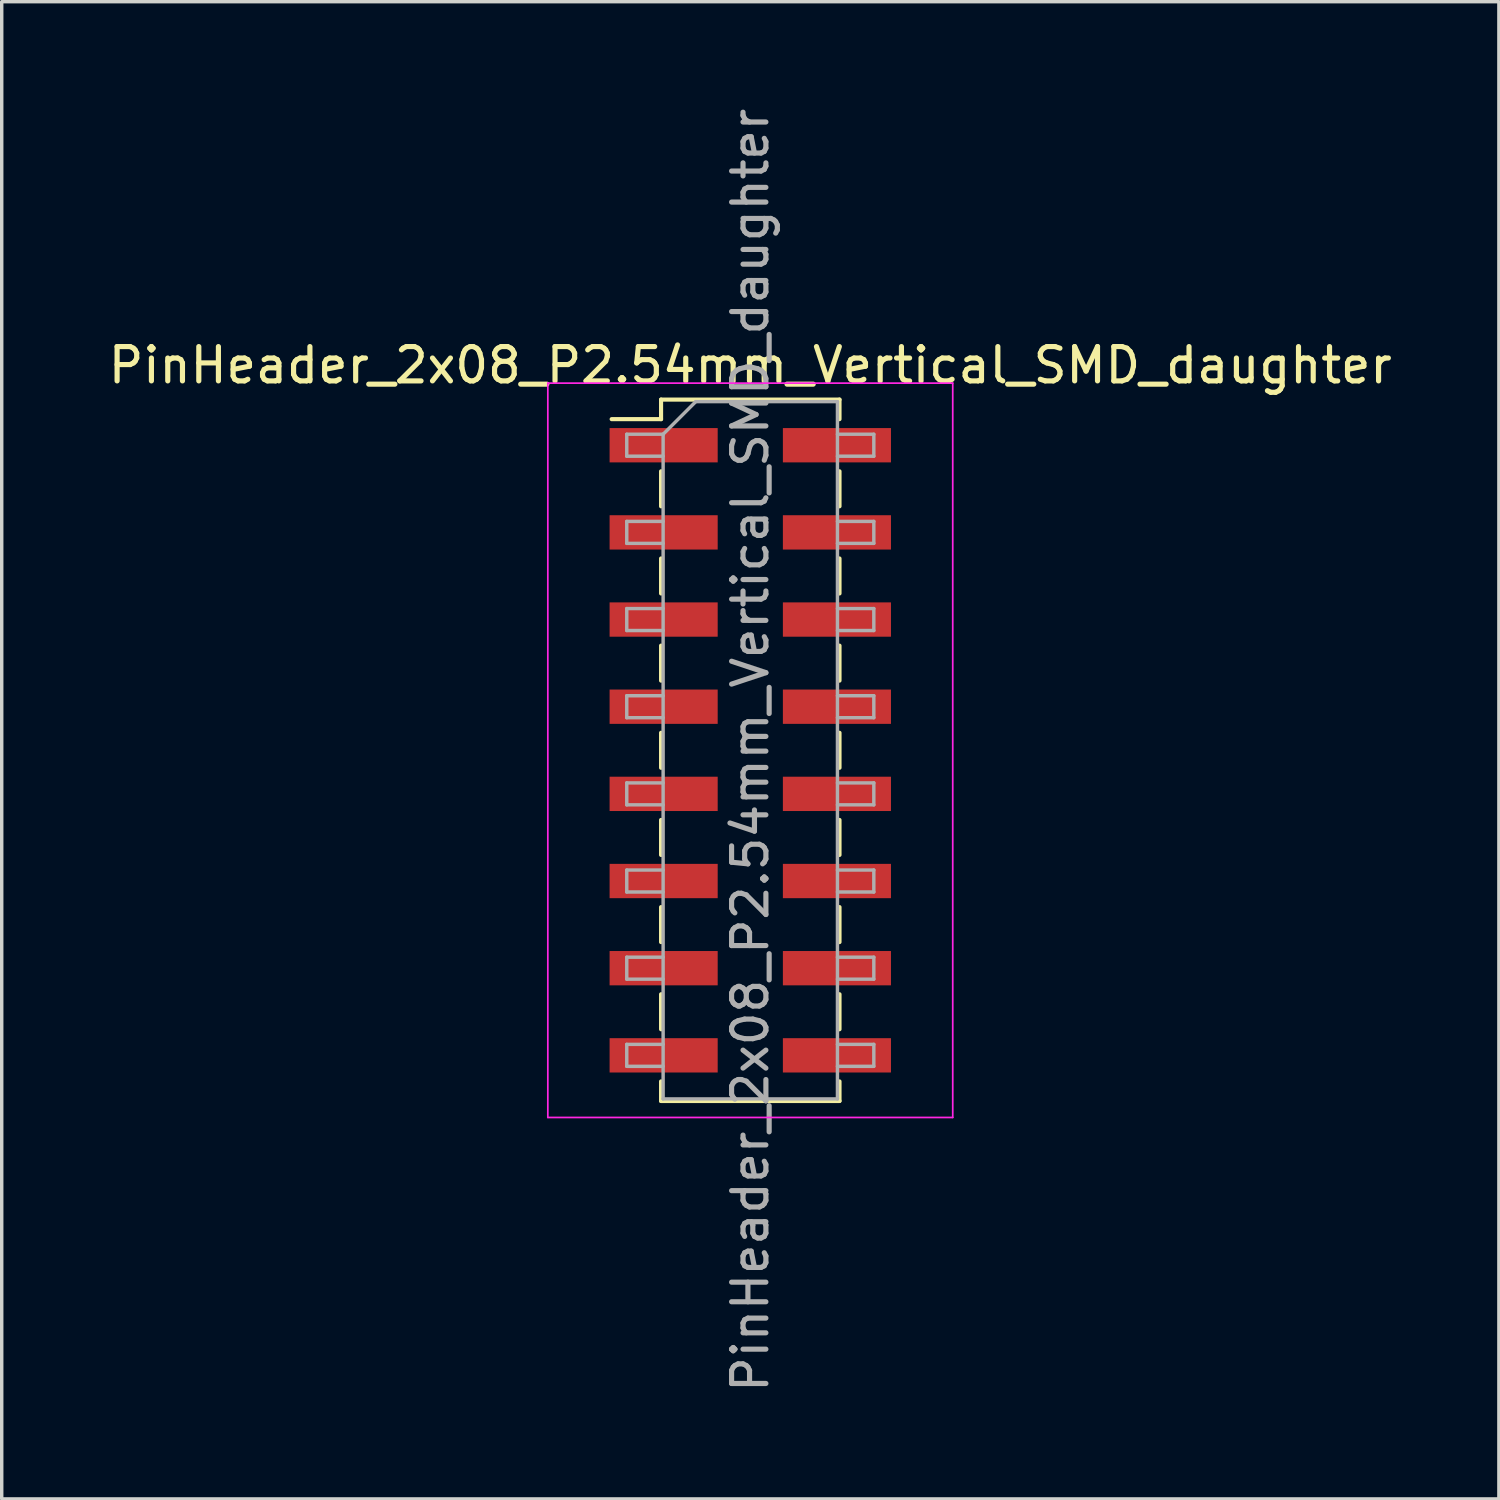
<source format=kicad_pcb>
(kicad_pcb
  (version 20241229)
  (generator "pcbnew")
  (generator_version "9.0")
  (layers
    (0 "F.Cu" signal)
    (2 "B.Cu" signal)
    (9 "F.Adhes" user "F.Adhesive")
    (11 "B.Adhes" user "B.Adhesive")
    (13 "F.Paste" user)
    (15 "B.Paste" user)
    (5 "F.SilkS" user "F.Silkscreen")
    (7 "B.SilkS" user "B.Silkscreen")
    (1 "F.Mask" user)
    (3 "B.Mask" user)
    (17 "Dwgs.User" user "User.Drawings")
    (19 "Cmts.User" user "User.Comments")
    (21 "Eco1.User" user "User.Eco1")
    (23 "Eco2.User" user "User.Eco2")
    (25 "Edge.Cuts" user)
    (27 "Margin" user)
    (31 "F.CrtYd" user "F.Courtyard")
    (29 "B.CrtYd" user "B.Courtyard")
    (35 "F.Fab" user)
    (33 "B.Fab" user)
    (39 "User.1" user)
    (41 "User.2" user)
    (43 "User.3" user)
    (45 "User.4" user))
  (footprint "PinHeader_2x08_P2.54mm_Vertical_SMD_daughter"
    (layer "F.Cu")
    (at 18.815 18.815)
    (property "Reference" "PinHeader_2x08_P2.54mm_Vertical_SMD_daughter" (at 0 -11.22 0) (layer "F.SilkS") (effects (font (size 1 1) (thickness 0.15))))
    (attr smd)
    (fp_line (start -4.04 -9.65) (end -2.6 -9.65) (stroke (width 0.12) (type solid)) (layer "F.SilkS"))
    (fp_line (start -2.6 -10.22) (end -2.6 -9.65) (stroke (width 0.12) (type solid)) (layer "F.SilkS"))
    (fp_line (start -2.6 -10.22) (end 2.6 -10.22) (stroke (width 0.12) (type solid)) (layer "F.SilkS"))
    (fp_line (start -2.6 -8.13) (end -2.6 -7.11) (stroke (width 0.12) (type solid)) (layer "F.SilkS"))
    (fp_line (start -2.6 -5.59) (end -2.6 -4.57) (stroke (width 0.12) (type solid)) (layer "F.SilkS"))
    (fp_line (start -2.6 -3.05) (end -2.6 -2.03) (stroke (width 0.12) (type solid)) (layer "F.SilkS"))
    (fp_line (start -2.6 -0.51) (end -2.6 0.51) (stroke (width 0.12) (type solid)) (layer "F.SilkS"))
    (fp_line (start -2.6 2.03) (end -2.6 3.05) (stroke (width 0.12) (type solid)) (layer "F.SilkS"))
    (fp_line (start -2.6 4.57) (end -2.6 5.59) (stroke (width 0.12) (type solid)) (layer "F.SilkS"))
    (fp_line (start -2.6 7.11) (end -2.6 8.13) (stroke (width 0.12) (type solid)) (layer "F.SilkS"))
    (fp_line (start -2.6 9.65) (end -2.6 10.22) (stroke (width 0.12) (type solid)) (layer "F.SilkS"))
    (fp_line (start -2.6 10.22) (end 2.6 10.22) (stroke (width 0.12) (type solid)) (layer "F.SilkS"))
    (fp_line (start 2.6 -10.22) (end 2.6 -9.65) (stroke (width 0.12) (type solid)) (layer "F.SilkS"))
    (fp_line (start 2.6 -8.13) (end 2.6 -7.11) (stroke (width 0.12) (type solid)) (layer "F.SilkS"))
    (fp_line (start 2.6 -5.59) (end 2.6 -4.57) (stroke (width 0.12) (type solid)) (layer "F.SilkS"))
    (fp_line (start 2.6 -3.05) (end 2.6 -2.03) (stroke (width 0.12) (type solid)) (layer "F.SilkS"))
    (fp_line (start 2.6 -0.51) (end 2.6 0.51) (stroke (width 0.12) (type solid)) (layer "F.SilkS"))
    (fp_line (start 2.6 2.03) (end 2.6 3.05) (stroke (width 0.12) (type solid)) (layer "F.SilkS"))
    (fp_line (start 2.6 4.57) (end 2.6 5.59) (stroke (width 0.12) (type solid)) (layer "F.SilkS"))
    (fp_line (start 2.6 7.11) (end 2.6 8.13) (stroke (width 0.12) (type solid)) (layer "F.SilkS"))
    (fp_line (start 2.6 9.65) (end 2.6 10.22) (stroke (width 0.12) (type solid)) (layer "F.SilkS"))
    (fp_line (start -5.9 -10.7) (end -5.9 10.7) (stroke (width 0.05) (type solid)) (layer "F.CrtYd"))
    (fp_line (start -5.9 10.7) (end 5.9 10.7) (stroke (width 0.05) (type solid)) (layer "F.CrtYd"))
    (fp_line (start 5.9 -10.7) (end -5.9 -10.7) (stroke (width 0.05) (type solid)) (layer "F.CrtYd"))
    (fp_line (start 5.9 10.7) (end 5.9 -10.7) (stroke (width 0.05) (type solid)) (layer "F.CrtYd"))
    (fp_line (start -3.6 -9.21) (end -3.6 -8.57) (stroke (width 0.1) (type solid)) (layer "F.Fab"))
    (fp_line (start -3.6 -8.57) (end -2.54 -8.57) (stroke (width 0.1) (type solid)) (layer "F.Fab"))
    (fp_line (start -3.6 -6.67) (end -3.6 -6.03) (stroke (width 0.1) (type solid)) (layer "F.Fab"))
    (fp_line (start -3.6 -6.03) (end -2.54 -6.03) (stroke (width 0.1) (type solid)) (layer "F.Fab"))
    (fp_line (start -3.6 -4.13) (end -3.6 -3.49) (stroke (width 0.1) (type solid)) (layer "F.Fab"))
    (fp_line (start -3.6 -3.49) (end -2.54 -3.49) (stroke (width 0.1) (type solid)) (layer "F.Fab"))
    (fp_line (start -3.6 -1.59) (end -3.6 -0.95) (stroke (width 0.1) (type solid)) (layer "F.Fab"))
    (fp_line (start -3.6 -0.95) (end -2.54 -0.95) (stroke (width 0.1) (type solid)) (layer "F.Fab"))
    (fp_line (start -3.6 0.95) (end -3.6 1.59) (stroke (width 0.1) (type solid)) (layer "F.Fab"))
    (fp_line (start -3.6 1.59) (end -2.54 1.59) (stroke (width 0.1) (type solid)) (layer "F.Fab"))
    (fp_line (start -3.6 3.49) (end -3.6 4.13) (stroke (width 0.1) (type solid)) (layer "F.Fab"))
    (fp_line (start -3.6 4.13) (end -2.54 4.13) (stroke (width 0.1) (type solid)) (layer "F.Fab"))
    (fp_line (start -3.6 6.03) (end -3.6 6.67) (stroke (width 0.1) (type solid)) (layer "F.Fab"))
    (fp_line (start -3.6 6.67) (end -2.54 6.67) (stroke (width 0.1) (type solid)) (layer "F.Fab"))
    (fp_line (start -3.6 8.57) (end -3.6 9.21) (stroke (width 0.1) (type solid)) (layer "F.Fab"))
    (fp_line (start -3.6 9.21) (end -2.54 9.21) (stroke (width 0.1) (type solid)) (layer "F.Fab"))
    (fp_line (start -2.54 -9.21) (end -3.6 -9.21) (stroke (width 0.1) (type solid)) (layer "F.Fab"))
    (fp_line (start -2.54 -9.21) (end -1.59 -10.16) (stroke (width 0.1) (type solid)) (layer "F.Fab"))
    (fp_line (start -2.54 -6.67) (end -3.6 -6.67) (stroke (width 0.1) (type solid)) (layer "F.Fab"))
    (fp_line (start -2.54 -4.13) (end -3.6 -4.13) (stroke (width 0.1) (type solid)) (layer "F.Fab"))
    (fp_line (start -2.54 -1.59) (end -3.6 -1.59) (stroke (width 0.1) (type solid)) (layer "F.Fab"))
    (fp_line (start -2.54 0.95) (end -3.6 0.95) (stroke (width 0.1) (type solid)) (layer "F.Fab"))
    (fp_line (start -2.54 3.49) (end -3.6 3.49) (stroke (width 0.1) (type solid)) (layer "F.Fab"))
    (fp_line (start -2.54 6.03) (end -3.6 6.03) (stroke (width 0.1) (type solid)) (layer "F.Fab"))
    (fp_line (start -2.54 8.57) (end -3.6 8.57) (stroke (width 0.1) (type solid)) (layer "F.Fab"))
    (fp_line (start -2.54 10.16) (end -2.54 -9.21) (stroke (width 0.1) (type solid)) (layer "F.Fab"))
    (fp_line (start -1.59 -10.16) (end 2.54 -10.16) (stroke (width 0.1) (type solid)) (layer "F.Fab"))
    (fp_line (start 2.54 -10.16) (end 2.54 10.16) (stroke (width 0.1) (type solid)) (layer "F.Fab"))
    (fp_line (start 2.54 -9.21) (end 3.6 -9.21) (stroke (width 0.1) (type solid)) (layer "F.Fab"))
    (fp_line (start 2.54 -6.67) (end 3.6 -6.67) (stroke (width 0.1) (type solid)) (layer "F.Fab"))
    (fp_line (start 2.54 -4.13) (end 3.6 -4.13) (stroke (width 0.1) (type solid)) (layer "F.Fab"))
    (fp_line (start 2.54 -1.59) (end 3.6 -1.59) (stroke (width 0.1) (type solid)) (layer "F.Fab"))
    (fp_line (start 2.54 0.95) (end 3.6 0.95) (stroke (width 0.1) (type solid)) (layer "F.Fab"))
    (fp_line (start 2.54 3.49) (end 3.6 3.49) (stroke (width 0.1) (type solid)) (layer "F.Fab"))
    (fp_line (start 2.54 6.03) (end 3.6 6.03) (stroke (width 0.1) (type solid)) (layer "F.Fab"))
    (fp_line (start 2.54 8.57) (end 3.6 8.57) (stroke (width 0.1) (type solid)) (layer "F.Fab"))
    (fp_line (start 2.54 10.16) (end -2.54 10.16) (stroke (width 0.1) (type solid)) (layer "F.Fab"))
    (fp_line (start 3.6 -9.21) (end 3.6 -8.57) (stroke (width 0.1) (type solid)) (layer "F.Fab"))
    (fp_line (start 3.6 -8.57) (end 2.54 -8.57) (stroke (width 0.1) (type solid)) (layer "F.Fab"))
    (fp_line (start 3.6 -6.67) (end 3.6 -6.03) (stroke (width 0.1) (type solid)) (layer "F.Fab"))
    (fp_line (start 3.6 -6.03) (end 2.54 -6.03) (stroke (width 0.1) (type solid)) (layer "F.Fab"))
    (fp_line (start 3.6 -4.13) (end 3.6 -3.49) (stroke (width 0.1) (type solid)) (layer "F.Fab"))
    (fp_line (start 3.6 -3.49) (end 2.54 -3.49) (stroke (width 0.1) (type solid)) (layer "F.Fab"))
    (fp_line (start 3.6 -1.59) (end 3.6 -0.95) (stroke (width 0.1) (type solid)) (layer "F.Fab"))
    (fp_line (start 3.6 -0.95) (end 2.54 -0.95) (stroke (width 0.1) (type solid)) (layer "F.Fab"))
    (fp_line (start 3.6 0.95) (end 3.6 1.59) (stroke (width 0.1) (type solid)) (layer "F.Fab"))
    (fp_line (start 3.6 1.59) (end 2.54 1.59) (stroke (width 0.1) (type solid)) (layer "F.Fab"))
    (fp_line (start 3.6 3.49) (end 3.6 4.13) (stroke (width 0.1) (type solid)) (layer "F.Fab"))
    (fp_line (start 3.6 4.13) (end 2.54 4.13) (stroke (width 0.1) (type solid)) (layer "F.Fab"))
    (fp_line (start 3.6 6.03) (end 3.6 6.67) (stroke (width 0.1) (type solid)) (layer "F.Fab"))
    (fp_line (start 3.6 6.67) (end 2.54 6.67) (stroke (width 0.1) (type solid)) (layer "F.Fab"))
    (fp_line (start 3.6 8.57) (end 3.6 9.21) (stroke (width 0.1) (type solid)) (layer "F.Fab"))
    (fp_line (start 3.6 9.21) (end 2.54 9.21) (stroke (width 0.1) (type solid)) (layer "F.Fab"))
    (fp_text user "${REFERENCE}" (at 0 0 90) (layer "F.Fab") (effects (font (size 1 1) (thickness 0.15))))
    (pad "1" smd rect (at -2.525 -8.89) (size 3.15 1) (layers "F.Cu" "F.Mask" "F.Paste"))
    (pad "2" smd rect (at 2.525 -8.89) (size 3.15 1) (layers "F.Cu" "F.Mask" "F.Paste"))
    (pad "3" smd rect (at -2.525 -6.35) (size 3.15 1) (layers "F.Cu" "F.Mask" "F.Paste"))
    (pad "4" smd rect (at 2.525 -6.35) (size 3.15 1) (layers "F.Cu" "F.Mask" "F.Paste"))
    (pad "5" smd rect (at -2.525 -3.81) (size 3.15 1) (layers "F.Cu" "F.Mask" "F.Paste"))
    (pad "6" smd rect (at 2.525 -3.81) (size 3.15 1) (layers "F.Cu" "F.Mask" "F.Paste"))
    (pad "7" smd rect (at -2.525 -1.27) (size 3.15 1) (layers "F.Cu" "F.Mask" "F.Paste"))
    (pad "8" smd rect (at 2.525 -1.27) (size 3.15 1) (layers "F.Cu" "F.Mask" "F.Paste"))
    (pad "9" smd rect (at -2.525 1.27) (size 3.15 1) (layers "F.Cu" "F.Mask" "F.Paste"))
    (pad "10" smd rect (at 2.525 1.27) (size 3.15 1) (layers "F.Cu" "F.Mask" "F.Paste"))
    (pad "11" smd rect (at -2.525 3.81) (size 3.15 1) (layers "F.Cu" "F.Mask" "F.Paste"))
    (pad "12" smd rect (at 2.525 3.81) (size 3.15 1) (layers "F.Cu" "F.Mask" "F.Paste"))
    (pad "13" smd rect (at -2.525 6.35) (size 3.15 1) (layers "F.Cu" "F.Mask" "F.Paste"))
    (pad "14" smd rect (at 2.525 6.35) (size 3.15 1) (layers "F.Cu" "F.Mask" "F.Paste"))
    (pad "15" smd rect (at -2.525 8.89) (size 3.15 1) (layers "F.Cu" "F.Mask" "F.Paste"))
    (pad "16" smd rect (at 2.525 8.89) (size 3.15 1) (layers "F.Cu" "F.Mask" "F.Paste")))
  (gr_rect
    (start -3 -3)
    (end 40.631 40.631)
    (stroke (width 0.1) (type default))
    (fill no)
    (layer "Edge.Cuts")))
</source>
